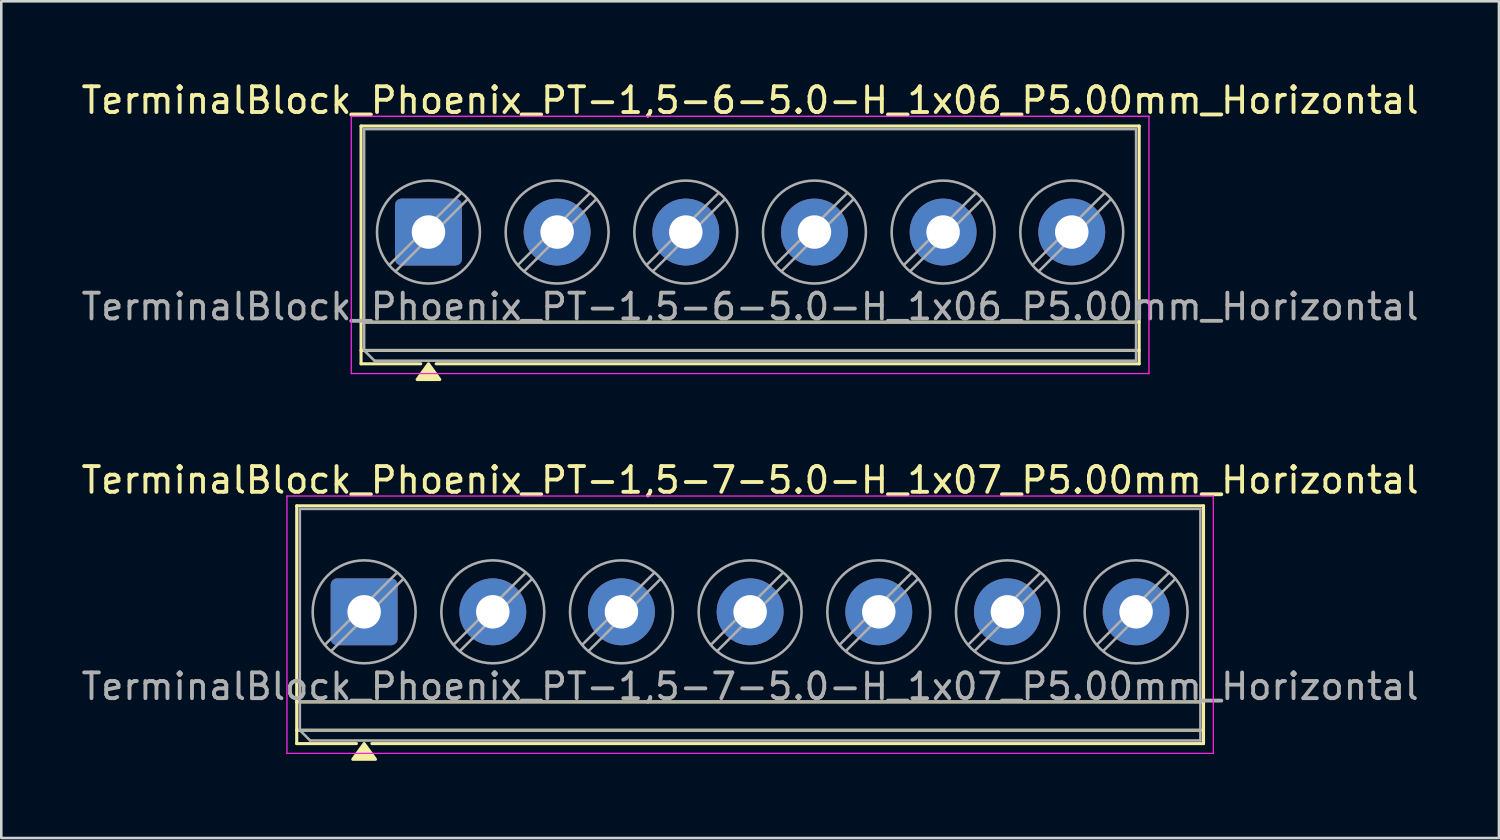
<source format=kicad_pcb>
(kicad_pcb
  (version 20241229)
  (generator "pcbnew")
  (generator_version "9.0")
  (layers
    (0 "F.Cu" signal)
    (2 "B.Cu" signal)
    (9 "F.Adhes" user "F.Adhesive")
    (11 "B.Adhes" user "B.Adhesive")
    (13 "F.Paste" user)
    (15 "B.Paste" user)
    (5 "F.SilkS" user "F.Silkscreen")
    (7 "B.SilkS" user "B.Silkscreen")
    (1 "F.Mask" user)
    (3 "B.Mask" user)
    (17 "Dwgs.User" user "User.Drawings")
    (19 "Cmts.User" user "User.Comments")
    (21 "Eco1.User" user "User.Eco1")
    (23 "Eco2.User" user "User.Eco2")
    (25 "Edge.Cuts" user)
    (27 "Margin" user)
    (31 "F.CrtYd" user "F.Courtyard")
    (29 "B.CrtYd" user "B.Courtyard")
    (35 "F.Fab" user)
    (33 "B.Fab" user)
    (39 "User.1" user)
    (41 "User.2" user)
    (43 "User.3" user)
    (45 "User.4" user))
  (footprint "TerminalBlock_Phoenix_PT-1,5-6-5.0-H_1x06_P5.00mm_Horizontal"
    (layer "F.Cu")
    (at 13.601 5.968)
    (property "Reference" "TerminalBlock_Phoenix_PT-1,5-6-5.0-H_1x06_P5.00mm_Horizontal" (at 12.5 -5.12 0) (layer "F.SilkS") (effects (font (size 1 1) (thickness 0.15))))
    (attr through_hole)
    (fp_line (start -2.62 -4.12) (end 27.62 -4.12) (stroke (width 0.12) (type solid)) (layer "F.SilkS"))
    (fp_line (start -2.62 3.5) (end 27.62 3.5) (stroke (width 0.12) (type solid)) (layer "F.SilkS"))
    (fp_line (start -2.62 4.6) (end 27.62 4.6) (stroke (width 0.12) (type solid)) (layer "F.SilkS"))
    (fp_line (start -2.62 5.12) (end -2.62 -4.12) (stroke (width 0.12) (type solid)) (layer "F.SilkS"))
    (fp_line (start -0.3 5.12) (end -2.62 5.12) (stroke (width 0.12) (type solid)) (layer "F.SilkS"))
    (fp_line (start 27.62 -4.12) (end 27.62 5.12) (stroke (width 0.12) (type solid)) (layer "F.SilkS"))
    (fp_line (start 27.62 5.12) (end 0.3 5.12) (stroke (width 0.12) (type solid)) (layer "F.SilkS"))
    (fp_poly (pts (xy 0 5.12) (xy 0.44 5.73) (xy -0.44 5.73)) (stroke (width 0.12) (type solid)) (fill yes) (layer "F.SilkS"))
    (fp_line (start -3 -4.5) (end -3 5.5) (stroke (width 0.05) (type solid)) (layer "F.CrtYd"))
    (fp_line (start -3 5.5) (end 28 5.5) (stroke (width 0.05) (type solid)) (layer "F.CrtYd"))
    (fp_line (start 28 -4.5) (end -3 -4.5) (stroke (width 0.05) (type solid)) (layer "F.CrtYd"))
    (fp_line (start 28 5.5) (end 28 -4.5) (stroke (width 0.05) (type solid)) (layer "F.CrtYd"))
    (fp_line (start -2.5 -4) (end 27.5 -4) (stroke (width 0.1) (type solid)) (layer "F.Fab"))
    (fp_line (start -2.5 3.5) (end 27.5 3.5) (stroke (width 0.1) (type solid)) (layer "F.Fab"))
    (fp_line (start -2.5 4.6) (end -2.5 -4) (stroke (width 0.1) (type solid)) (layer "F.Fab"))
    (fp_line (start -2.5 4.6) (end 27.5 4.6) (stroke (width 0.1) (type solid)) (layer "F.Fab"))
    (fp_line (start -2.1 5) (end -2.5 4.6) (stroke (width 0.1) (type solid)) (layer "F.Fab"))
    (fp_line (start 1.273 -1.517) (end -1.517 1.273) (stroke (width 0.1) (type solid)) (layer "F.Fab"))
    (fp_line (start 1.517 -1.273) (end -1.273 1.517) (stroke (width 0.1) (type solid)) (layer "F.Fab"))
    (fp_line (start 6.273 -1.517) (end 3.483 1.273) (stroke (width 0.1) (type solid)) (layer "F.Fab"))
    (fp_line (start 6.517 -1.273) (end 3.727 1.517) (stroke (width 0.1) (type solid)) (layer "F.Fab"))
    (fp_line (start 11.273 -1.517) (end 8.483 1.273) (stroke (width 0.1) (type solid)) (layer "F.Fab"))
    (fp_line (start 11.517 -1.273) (end 8.727 1.517) (stroke (width 0.1) (type solid)) (layer "F.Fab"))
    (fp_line (start 16.273 -1.517) (end 13.483 1.273) (stroke (width 0.1) (type solid)) (layer "F.Fab"))
    (fp_line (start 16.517 -1.273) (end 13.727 1.517) (stroke (width 0.1) (type solid)) (layer "F.Fab"))
    (fp_line (start 21.273 -1.517) (end 18.483 1.273) (stroke (width 0.1) (type solid)) (layer "F.Fab"))
    (fp_line (start 21.517 -1.273) (end 18.727 1.517) (stroke (width 0.1) (type solid)) (layer "F.Fab"))
    (fp_line (start 26.273 -1.517) (end 23.483 1.273) (stroke (width 0.1) (type solid)) (layer "F.Fab"))
    (fp_line (start 26.517 -1.273) (end 23.727 1.517) (stroke (width 0.1) (type solid)) (layer "F.Fab"))
    (fp_line (start 27.5 -4) (end 27.5 5) (stroke (width 0.1) (type solid)) (layer "F.Fab"))
    (fp_line (start 27.5 5) (end -2.1 5) (stroke (width 0.1) (type solid)) (layer "F.Fab"))
    (fp_circle (center 0 0) (end 2 0) (stroke (width 0.1) (type solid)) (fill no) (layer "F.Fab"))
    (fp_circle (center 5 0) (end 7 0) (stroke (width 0.1) (type solid)) (fill no) (layer "F.Fab"))
    (fp_circle (center 10 0) (end 12 0) (stroke (width 0.1) (type solid)) (fill no) (layer "F.Fab"))
    (fp_circle (center 15 0) (end 17 0) (stroke (width 0.1) (type solid)) (fill no) (layer "F.Fab"))
    (fp_circle (center 20 0) (end 22 0) (stroke (width 0.1) (type solid)) (fill no) (layer "F.Fab"))
    (fp_circle (center 25 0) (end 27 0) (stroke (width 0.1) (type solid)) (fill no) (layer "F.Fab"))
    (fp_text user "${REFERENCE}" (at 12.5 2.9 0) (layer "F.Fab") (effects (font (size 1 1) (thickness 0.15))))
    (pad "1" thru_hole roundrect (at 0 0) (size 2.6 2.6) (drill 1.3) (layers "*.Cu" "*.Mask") (roundrect_rratio 0.096))
    (pad "2" thru_hole circle (at 5 0) (size 2.6 2.6) (drill 1.3) (layers "*.Cu" "*.Mask"))
    (pad "3" thru_hole circle (at 10 0) (size 2.6 2.6) (drill 1.3) (layers "*.Cu" "*.Mask"))
    (pad "4" thru_hole circle (at 15 0) (size 2.6 2.6) (drill 1.3) (layers "*.Cu" "*.Mask"))
    (pad "5" thru_hole circle (at 20 0) (size 2.6 2.6) (drill 1.3) (layers "*.Cu" "*.Mask"))
    (pad "6" thru_hole circle (at 25 0) (size 2.6 2.6) (drill 1.3) (layers "*.Cu" "*.Mask")))
  (footprint "TerminalBlock_Phoenix_PT-1,5-7-5.0-H_1x07_P5.00mm_Horizontal"
    (layer "F.Cu")
    (at 11.101 20.727)
    (property "Reference" "TerminalBlock_Phoenix_PT-1,5-7-5.0-H_1x07_P5.00mm_Horizontal" (at 15 -5.12 0) (layer "F.SilkS") (effects (font (size 1 1) (thickness 0.15))))
    (attr through_hole)
    (fp_line (start -2.62 -4.12) (end 32.62 -4.12) (stroke (width 0.12) (type solid)) (layer "F.SilkS"))
    (fp_line (start -2.62 3.5) (end 32.62 3.5) (stroke (width 0.12) (type solid)) (layer "F.SilkS"))
    (fp_line (start -2.62 4.6) (end 32.62 4.6) (stroke (width 0.12) (type solid)) (layer "F.SilkS"))
    (fp_line (start -2.62 5.12) (end -2.62 -4.12) (stroke (width 0.12) (type solid)) (layer "F.SilkS"))
    (fp_line (start -0.3 5.12) (end -2.62 5.12) (stroke (width 0.12) (type solid)) (layer "F.SilkS"))
    (fp_line (start 32.62 -4.12) (end 32.62 5.12) (stroke (width 0.12) (type solid)) (layer "F.SilkS"))
    (fp_line (start 32.62 5.12) (end 0.3 5.12) (stroke (width 0.12) (type solid)) (layer "F.SilkS"))
    (fp_poly (pts (xy 0 5.12) (xy 0.44 5.73) (xy -0.44 5.73)) (stroke (width 0.12) (type solid)) (fill yes) (layer "F.SilkS"))
    (fp_line (start -3 -4.5) (end -3 5.5) (stroke (width 0.05) (type solid)) (layer "F.CrtYd"))
    (fp_line (start -3 5.5) (end 33 5.5) (stroke (width 0.05) (type solid)) (layer "F.CrtYd"))
    (fp_line (start 33 -4.5) (end -3 -4.5) (stroke (width 0.05) (type solid)) (layer "F.CrtYd"))
    (fp_line (start 33 5.5) (end 33 -4.5) (stroke (width 0.05) (type solid)) (layer "F.CrtYd"))
    (fp_line (start -2.5 -4) (end 32.5 -4) (stroke (width 0.1) (type solid)) (layer "F.Fab"))
    (fp_line (start -2.5 3.5) (end 32.5 3.5) (stroke (width 0.1) (type solid)) (layer "F.Fab"))
    (fp_line (start -2.5 4.6) (end -2.5 -4) (stroke (width 0.1) (type solid)) (layer "F.Fab"))
    (fp_line (start -2.5 4.6) (end 32.5 4.6) (stroke (width 0.1) (type solid)) (layer "F.Fab"))
    (fp_line (start -2.1 5) (end -2.5 4.6) (stroke (width 0.1) (type solid)) (layer "F.Fab"))
    (fp_line (start 1.273 -1.517) (end -1.517 1.273) (stroke (width 0.1) (type solid)) (layer "F.Fab"))
    (fp_line (start 1.517 -1.273) (end -1.273 1.517) (stroke (width 0.1) (type solid)) (layer "F.Fab"))
    (fp_line (start 6.273 -1.517) (end 3.483 1.273) (stroke (width 0.1) (type solid)) (layer "F.Fab"))
    (fp_line (start 6.517 -1.273) (end 3.727 1.517) (stroke (width 0.1) (type solid)) (layer "F.Fab"))
    (fp_line (start 11.273 -1.517) (end 8.483 1.273) (stroke (width 0.1) (type solid)) (layer "F.Fab"))
    (fp_line (start 11.517 -1.273) (end 8.727 1.517) (stroke (width 0.1) (type solid)) (layer "F.Fab"))
    (fp_line (start 16.273 -1.517) (end 13.483 1.273) (stroke (width 0.1) (type solid)) (layer "F.Fab"))
    (fp_line (start 16.517 -1.273) (end 13.727 1.517) (stroke (width 0.1) (type solid)) (layer "F.Fab"))
    (fp_line (start 21.273 -1.517) (end 18.483 1.273) (stroke (width 0.1) (type solid)) (layer "F.Fab"))
    (fp_line (start 21.517 -1.273) (end 18.727 1.517) (stroke (width 0.1) (type solid)) (layer "F.Fab"))
    (fp_line (start 26.273 -1.517) (end 23.483 1.273) (stroke (width 0.1) (type solid)) (layer "F.Fab"))
    (fp_line (start 26.517 -1.273) (end 23.727 1.517) (stroke (width 0.1) (type solid)) (layer "F.Fab"))
    (fp_line (start 31.273 -1.517) (end 28.483 1.273) (stroke (width 0.1) (type solid)) (layer "F.Fab"))
    (fp_line (start 31.517 -1.273) (end 28.727 1.517) (stroke (width 0.1) (type solid)) (layer "F.Fab"))
    (fp_line (start 32.5 -4) (end 32.5 5) (stroke (width 0.1) (type solid)) (layer "F.Fab"))
    (fp_line (start 32.5 5) (end -2.1 5) (stroke (width 0.1) (type solid)) (layer "F.Fab"))
    (fp_circle (center 0 0) (end 2 0) (stroke (width 0.1) (type solid)) (fill no) (layer "F.Fab"))
    (fp_circle (center 5 0) (end 7 0) (stroke (width 0.1) (type solid)) (fill no) (layer "F.Fab"))
    (fp_circle (center 10 0) (end 12 0) (stroke (width 0.1) (type solid)) (fill no) (layer "F.Fab"))
    (fp_circle (center 15 0) (end 17 0) (stroke (width 0.1) (type solid)) (fill no) (layer "F.Fab"))
    (fp_circle (center 20 0) (end 22 0) (stroke (width 0.1) (type solid)) (fill no) (layer "F.Fab"))
    (fp_circle (center 25 0) (end 27 0) (stroke (width 0.1) (type solid)) (fill no) (layer "F.Fab"))
    (fp_circle (center 30 0) (end 32 0) (stroke (width 0.1) (type solid)) (fill no) (layer "F.Fab"))
    (fp_text user "${REFERENCE}" (at 15 2.9 0) (layer "F.Fab") (effects (font (size 1 1) (thickness 0.15))))
    (pad "1" thru_hole roundrect (at 0 0) (size 2.6 2.6) (drill 1.3) (layers "*.Cu" "*.Mask") (roundrect_rratio 0.096))
    (pad "2" thru_hole circle (at 5 0) (size 2.6 2.6) (drill 1.3) (layers "*.Cu" "*.Mask"))
    (pad "3" thru_hole circle (at 10 0) (size 2.6 2.6) (drill 1.3) (layers "*.Cu" "*.Mask"))
    (pad "4" thru_hole circle (at 15 0) (size 2.6 2.6) (drill 1.3) (layers "*.Cu" "*.Mask"))
    (pad "5" thru_hole circle (at 20 0) (size 2.6 2.6) (drill 1.3) (layers "*.Cu" "*.Mask"))
    (pad "6" thru_hole circle (at 25 0) (size 2.6 2.6) (drill 1.3) (layers "*.Cu" "*.Mask"))
    (pad "7" thru_hole circle (at 30 0) (size 2.6 2.6) (drill 1.3) (layers "*.Cu" "*.Mask")))
  (gr_rect
    (start -3 -3)
    (end 55.202 29.517)
    (stroke (width 0.1) (type default))
    (fill no)
    (layer "Edge.Cuts")))
</source>
